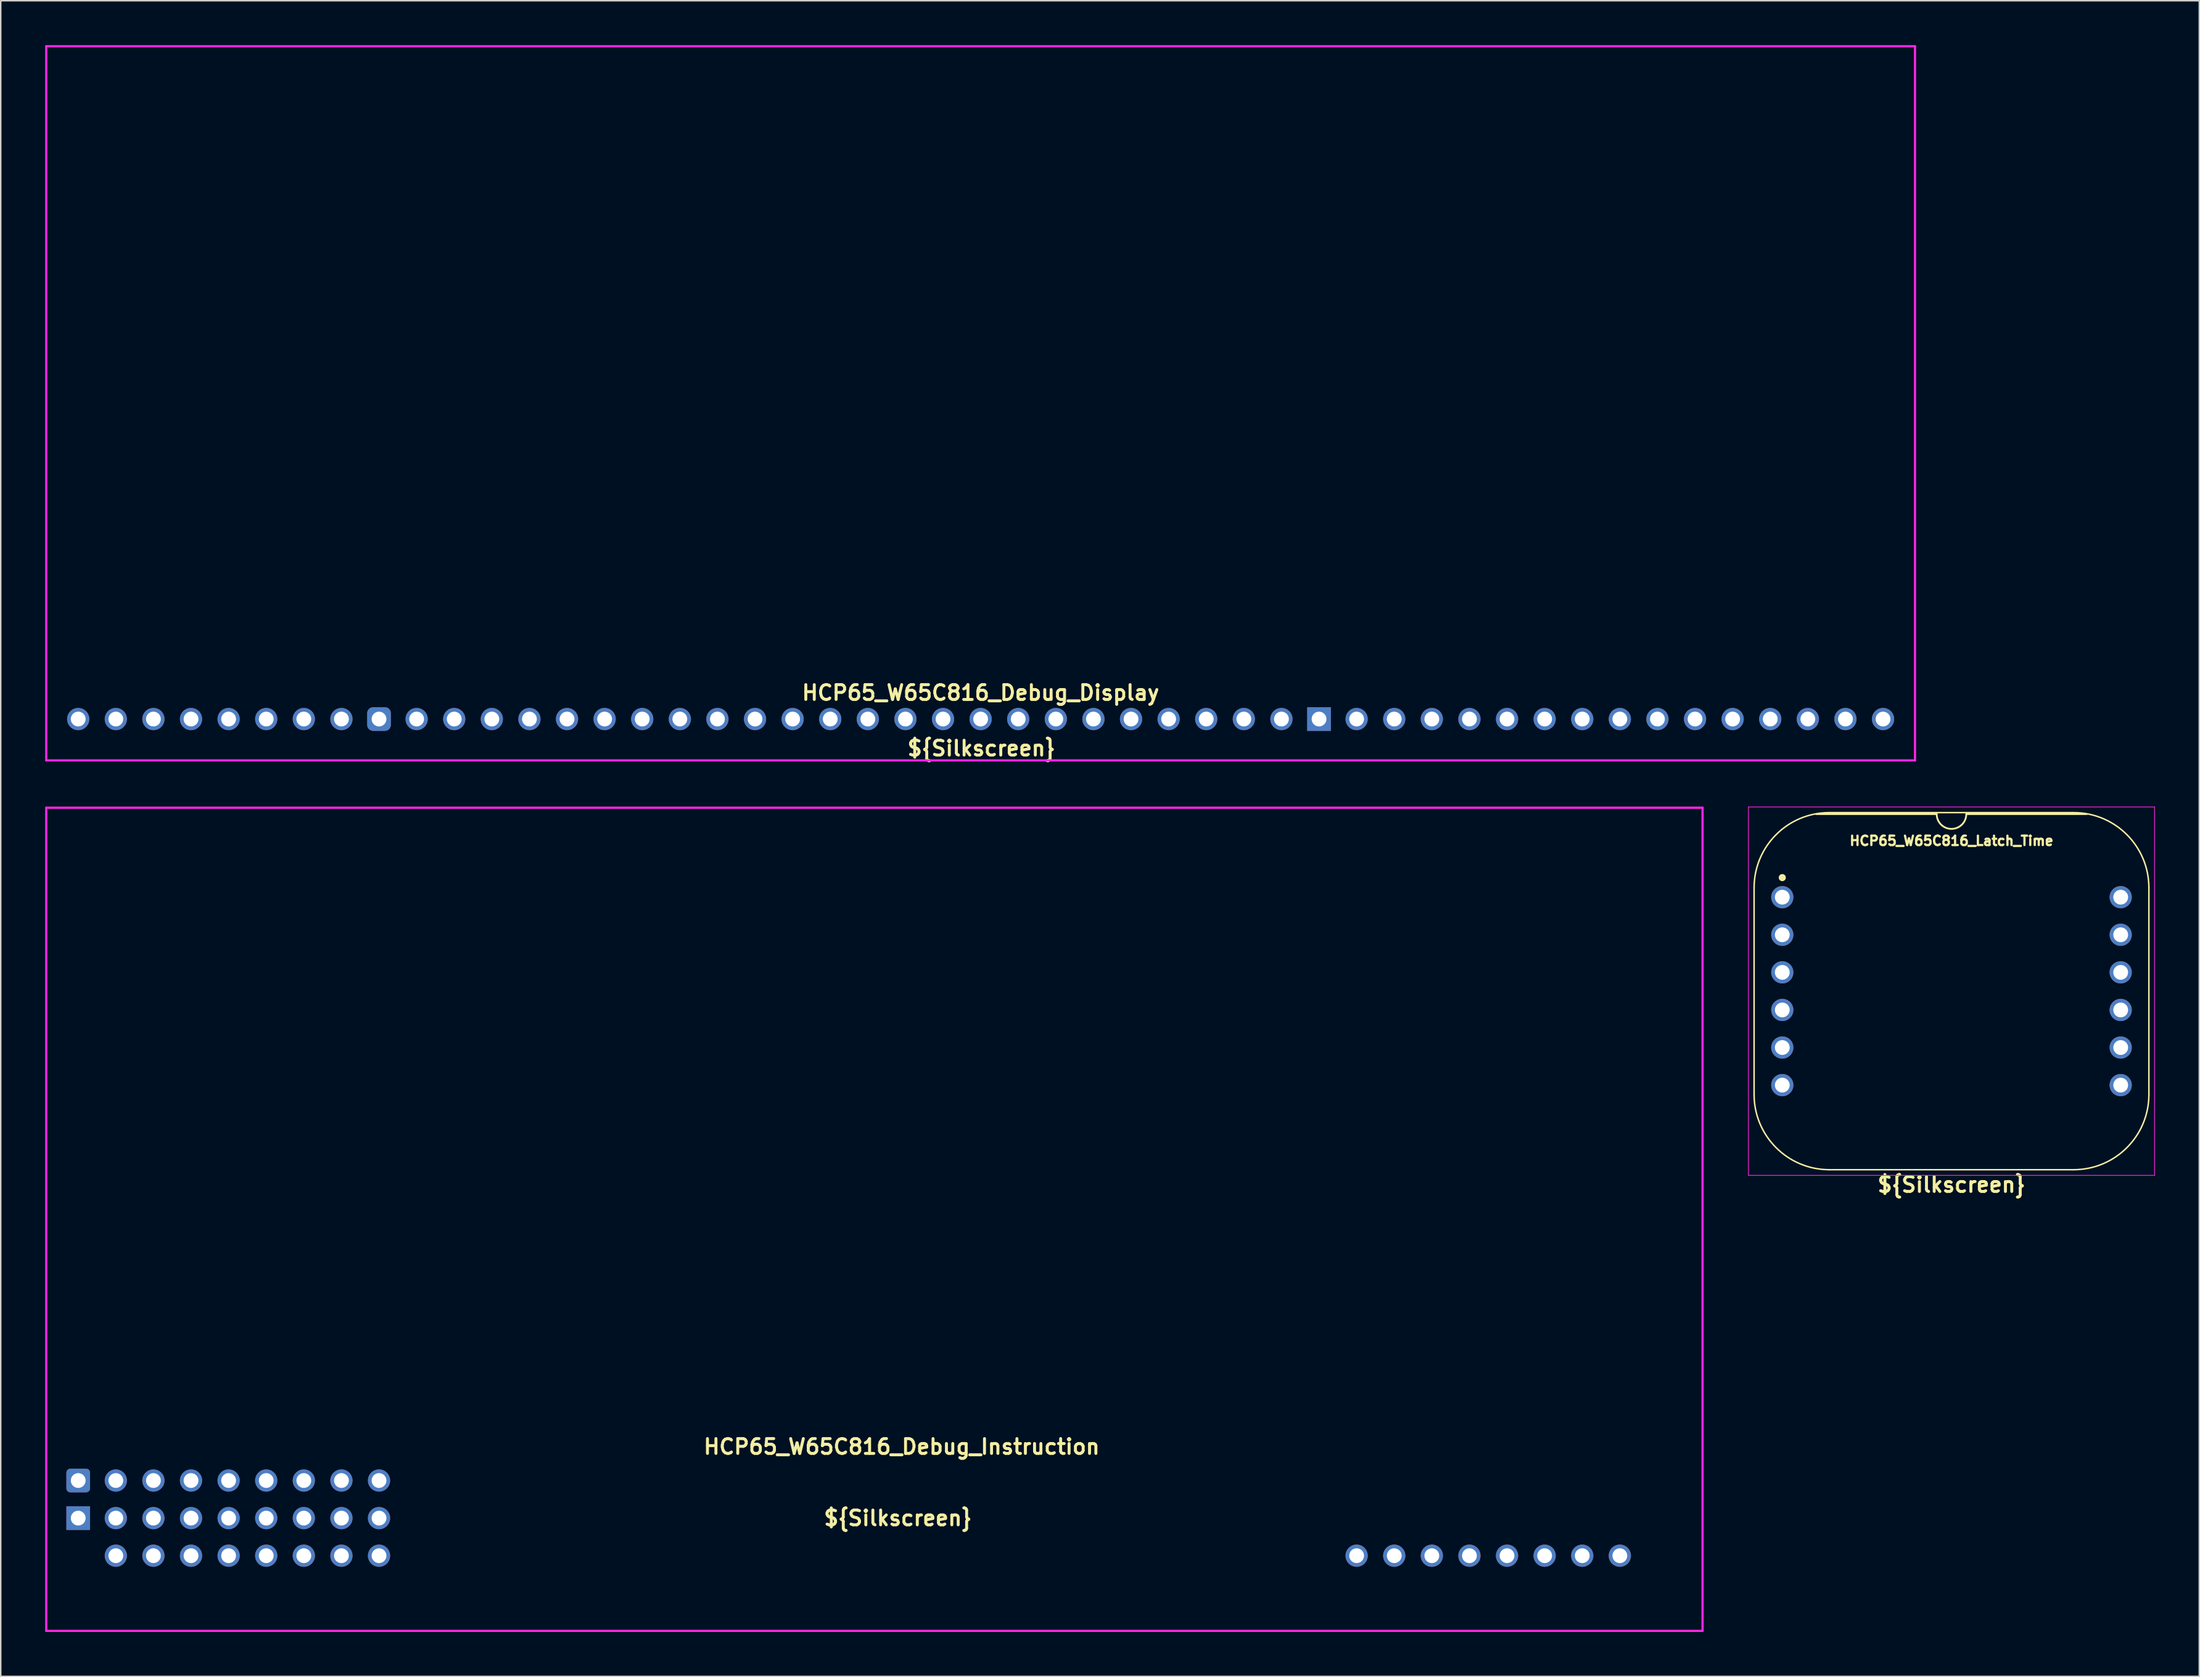
<source format=kicad_pcb>
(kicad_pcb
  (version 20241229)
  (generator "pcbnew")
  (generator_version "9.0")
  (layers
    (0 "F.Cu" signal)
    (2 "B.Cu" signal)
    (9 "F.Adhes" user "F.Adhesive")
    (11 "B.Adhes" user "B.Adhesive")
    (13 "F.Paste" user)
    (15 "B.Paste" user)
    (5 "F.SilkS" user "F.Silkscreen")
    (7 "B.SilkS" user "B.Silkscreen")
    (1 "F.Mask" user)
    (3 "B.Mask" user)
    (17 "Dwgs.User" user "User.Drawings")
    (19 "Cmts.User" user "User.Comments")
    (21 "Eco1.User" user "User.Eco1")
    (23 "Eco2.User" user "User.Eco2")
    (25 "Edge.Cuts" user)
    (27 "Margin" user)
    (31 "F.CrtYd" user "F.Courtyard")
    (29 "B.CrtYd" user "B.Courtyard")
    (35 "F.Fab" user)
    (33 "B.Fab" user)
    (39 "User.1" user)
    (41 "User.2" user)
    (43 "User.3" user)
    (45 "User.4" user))
  (footprint "HCP65_W65C816_Debug_Instruction"
    (layer "F.Cu")
    (at 2.234 102.079)
    (property "Reference" "HCP65_W65C816_Debug_Instruction" (at 55.626 -7.366 0) (unlocked yes) (layer "F.SilkS") (effects (font (size 1 1) (thickness 0.2))))
    (property "Silkscreen" "${Silkscreen}" (at 55.372 -2.54 0) (layer "F.SilkS") (effects (font (size 1 1) (thickness 0.2))))
    (attr through_hole)
    (fp_line (start -2.159 -50.546) (end -2.159 5.08) (stroke (width 0.15) (type default)) (layer "F.CrtYd"))
    (fp_line (start -2.159 5.08) (end 109.728 5.08) (stroke (width 0.15) (type default)) (layer "F.CrtYd"))
    (fp_line (start 109.728 -50.546) (end -2.159 -50.546) (stroke (width 0.15) (type default)) (layer "F.CrtYd"))
    (fp_line (start 109.728 5.08) (end 109.728 -50.546) (stroke (width 0.15) (type default)) (layer "F.CrtYd"))
    (pad "1" thru_hole roundrect (at 0 -5.08) (size 1.6 1.6) (drill 1) (layers "*.Cu" "*.Mask") (roundrect_rratio 0.164))
    (pad "2" thru_hole circle (at 2.54 -5.08 90) (size 1.5 1.5) (drill 1) (layers "*.Cu" "*.Mask"))
    (pad "3" thru_hole circle (at 5.08 -5.08 90) (size 1.5 1.5) (drill 1) (layers "*.Cu" "*.Mask"))
    (pad "4" thru_hole circle (at 7.62 -5.08 90) (size 1.5 1.5) (drill 1) (layers "*.Cu" "*.Mask"))
    (pad "5" thru_hole circle (at 10.16 -5.08 90) (size 1.5 1.5) (drill 1) (layers "*.Cu" "*.Mask"))
    (pad "6" thru_hole circle (at 12.7 -5.08 90) (size 1.5 1.5) (drill 1) (layers "*.Cu" "*.Mask"))
    (pad "7" thru_hole circle (at 15.24 -5.08 90) (size 1.5 1.5) (drill 1) (layers "*.Cu" "*.Mask"))
    (pad "8" thru_hole circle (at 17.78 -5.08 90) (size 1.5 1.5) (drill 1) (layers "*.Cu" "*.Mask"))
    (pad "9" thru_hole circle (at 20.32 -5.08 90) (size 1.5 1.5) (drill 1) (layers "*.Cu" "*.Mask"))
    (pad "10" thru_hole rect (at 0 -2.54 90) (size 1.6 1.6) (drill 1) (layers "*.Cu" "*.Mask"))
    (pad "11" thru_hole circle (at 2.54 -2.54 90) (size 1.5 1.5) (drill 1) (layers "*.Cu" "*.Mask"))
    (pad "12" thru_hole circle (at 5.08 -2.54 90) (size 1.5 1.5) (drill 1) (layers "*.Cu" "*.Mask"))
    (pad "13" thru_hole circle (at 7.62 -2.54 90) (size 1.5 1.5) (drill 1) (layers "*.Cu" "*.Mask"))
    (pad "14" thru_hole circle (at 10.16 -2.54 90) (size 1.5 1.5) (drill 1) (layers "*.Cu" "*.Mask"))
    (pad "15" thru_hole circle (at 12.7 -2.54 90) (size 1.5 1.5) (drill 1) (layers "*.Cu" "*.Mask"))
    (pad "16" thru_hole circle (at 15.24 -2.54 90) (size 1.5 1.5) (drill 1) (layers "*.Cu" "*.Mask"))
    (pad "17" thru_hole circle (at 17.78 -2.54 90) (size 1.5 1.5) (drill 1) (layers "*.Cu" "*.Mask"))
    (pad "18" thru_hole circle (at 20.32 -2.54 90) (size 1.5 1.5) (drill 1) (layers "*.Cu" "*.Mask"))
    (pad "19" thru_hole circle (at 2.54 0 90) (size 1.5 1.5) (drill 1) (layers "*.Cu" "*.Mask"))
    (pad "20" thru_hole circle (at 5.08 0 90) (size 1.5 1.5) (drill 1) (layers "*.Cu" "*.Mask"))
    (pad "21" thru_hole circle (at 7.62 0 90) (size 1.5 1.5) (drill 1) (layers "*.Cu" "*.Mask"))
    (pad "22" thru_hole circle (at 10.16 0 90) (size 1.5 1.5) (drill 1) (layers "*.Cu" "*.Mask"))
    (pad "23" thru_hole circle (at 12.7 0 90) (size 1.5 1.5) (drill 1) (layers "*.Cu" "*.Mask"))
    (pad "24" thru_hole circle (at 15.24 0 90) (size 1.5 1.5) (drill 1) (layers "*.Cu" "*.Mask"))
    (pad "25" thru_hole circle (at 17.78 0 90) (size 1.5 1.5) (drill 1) (layers "*.Cu" "*.Mask"))
    (pad "26" thru_hole circle (at 20.32 0 90) (size 1.5 1.5) (drill 1) (layers "*.Cu" "*.Mask"))
    (pad "27" thru_hole circle (at 86.36 0 90) (size 1.5 1.5) (drill 1) (layers "*.Cu" "*.Mask"))
    (pad "28" thru_hole circle (at 88.9 0 90) (size 1.5 1.5) (drill 1) (layers "*.Cu" "*.Mask"))
    (pad "29" thru_hole circle (at 91.44 0 90) (size 1.5 1.5) (drill 1) (layers "*.Cu" "*.Mask"))
    (pad "30" thru_hole circle (at 93.98 0 90) (size 1.5 1.5) (drill 1) (layers "*.Cu" "*.Mask"))
    (pad "31" thru_hole circle (at 96.52 0 90) (size 1.5 1.5) (drill 1) (layers "*.Cu" "*.Mask"))
    (pad "32" thru_hole circle (at 99.06 0 90) (size 1.5 1.5) (drill 1) (layers "*.Cu" "*.Mask"))
    (pad "33" thru_hole circle (at 101.6 0 90) (size 1.5 1.5) (drill 1) (layers "*.Cu" "*.Mask"))
    (pad "34" thru_hole circle (at 104.14 0 90) (size 1.5 1.5) (drill 1) (layers "*.Cu" "*.Mask")))
  (footprint "HCP65_W65C816_Debug_Display"
    (layer "F.Cu")
    (at 2.234 45.541)
    (property "Reference" "HCP65_W65C816_Debug_Display" (at 60.96 -1.778 0) (unlocked yes) (layer "F.SilkS") (effects (font (size 1 1) (thickness 0.2))))
    (property "Silkscreen" "${Silkscreen}" (at 61.011 1.981 0) (layer "F.SilkS") (effects (font (size 1 1) (thickness 0.2))))
    (attr through_hole)
    (fp_line (start -2.159 -45.466) (end -2.159 2.794) (stroke (width 0.15) (type default)) (layer "F.CrtYd"))
    (fp_line (start -2.159 2.794) (end 124.079 2.794) (stroke (width 0.15) (type default)) (layer "F.CrtYd"))
    (fp_line (start 124.079 -45.466) (end -2.159 -45.466) (stroke (width 0.15) (type default)) (layer "F.CrtYd"))
    (fp_line (start 124.079 2.794) (end 124.079 -45.466) (stroke (width 0.15) (type default)) (layer "F.CrtYd"))
    (pad "1" thru_hole circle (at 0 0) (size 1.5 1.5) (drill 1) (layers "*.Cu" "*.Mask"))
    (pad "2" thru_hole circle (at 2.54 0) (size 1.5 1.5) (drill 1) (layers "*.Cu" "*.Mask"))
    (pad "3" thru_hole circle (at 5.08 0) (size 1.5 1.5) (drill 1) (layers "*.Cu" "*.Mask"))
    (pad "4" thru_hole circle (at 7.62 0) (size 1.5 1.5) (drill 1) (layers "*.Cu" "*.Mask"))
    (pad "5" thru_hole circle (at 10.16 0) (size 1.5 1.5) (drill 1) (layers "*.Cu" "*.Mask"))
    (pad "6" thru_hole circle (at 12.7 0) (size 1.5 1.5) (drill 1) (layers "*.Cu" "*.Mask"))
    (pad "7" thru_hole circle (at 15.24 0) (size 1.5 1.5) (drill 1) (layers "*.Cu" "*.Mask"))
    (pad "8" thru_hole circle (at 17.78 0) (size 1.5 1.5) (drill 1) (layers "*.Cu" "*.Mask"))
    (pad "9" thru_hole roundrect (at 20.32 0) (size 1.6 1.6) (drill 1) (layers "*.Cu" "*.Mask") (roundrect_rratio 0.25))
    (pad "10" thru_hole circle (at 22.86 0) (size 1.5 1.5) (drill 1) (layers "*.Cu" "*.Mask"))
    (pad "11" thru_hole circle (at 25.4 0) (size 1.5 1.5) (drill 1) (layers "*.Cu" "*.Mask"))
    (pad "12" thru_hole circle (at 27.94 0) (size 1.5 1.5) (drill 1) (layers "*.Cu" "*.Mask"))
    (pad "13" thru_hole circle (at 30.48 0) (size 1.5 1.5) (drill 1) (layers "*.Cu" "*.Mask"))
    (pad "14" thru_hole circle (at 33.02 0) (size 1.5 1.5) (drill 1) (layers "*.Cu" "*.Mask"))
    (pad "15" thru_hole circle (at 35.56 0) (size 1.5 1.5) (drill 1) (layers "*.Cu" "*.Mask"))
    (pad "16" thru_hole circle (at 38.1 0) (size 1.5 1.5) (drill 1) (layers "*.Cu" "*.Mask"))
    (pad "17" thru_hole circle (at 40.64 0) (size 1.5 1.5) (drill 1) (layers "*.Cu" "*.Mask"))
    (pad "18" thru_hole circle (at 43.18 0) (size 1.5 1.5) (drill 1) (layers "*.Cu" "*.Mask"))
    (pad "19" thru_hole circle (at 45.72 0) (size 1.5 1.5) (drill 1) (layers "*.Cu" "*.Mask"))
    (pad "20" thru_hole circle (at 48.26 0) (size 1.5 1.5) (drill 1) (layers "*.Cu" "*.Mask"))
    (pad "21" thru_hole circle (at 50.8 0) (size 1.5 1.5) (drill 1) (layers "*.Cu" "*.Mask"))
    (pad "22" thru_hole circle (at 53.34 0) (size 1.5 1.5) (drill 1) (layers "*.Cu" "*.Mask"))
    (pad "23" thru_hole circle (at 55.88 0) (size 1.5 1.5) (drill 1) (layers "*.Cu" "*.Mask"))
    (pad "24" thru_hole circle (at 58.42 0) (size 1.5 1.5) (drill 1) (layers "*.Cu" "*.Mask"))
    (pad "25" thru_hole circle (at 60.96 0) (size 1.5 1.5) (drill 1) (layers "*.Cu" "*.Mask"))
    (pad "26" thru_hole circle (at 63.5 0) (size 1.5 1.5) (drill 1) (layers "*.Cu" "*.Mask"))
    (pad "27" thru_hole circle (at 66.04 0) (size 1.5 1.5) (drill 1) (layers "*.Cu" "*.Mask"))
    (pad "28" thru_hole circle (at 68.58 0) (size 1.5 1.5) (drill 1) (layers "*.Cu" "*.Mask"))
    (pad "29" thru_hole circle (at 71.12 0) (size 1.5 1.5) (drill 1) (layers "*.Cu" "*.Mask"))
    (pad "30" thru_hole circle (at 73.66 0) (size 1.5 1.5) (drill 1) (layers "*.Cu" "*.Mask"))
    (pad "31" thru_hole circle (at 76.2 0) (size 1.5 1.5) (drill 1) (layers "*.Cu" "*.Mask"))
    (pad "32" thru_hole circle (at 78.74 0) (size 1.5 1.5) (drill 1) (layers "*.Cu" "*.Mask"))
    (pad "33" thru_hole circle (at 81.28 0) (size 1.5 1.5) (drill 1) (layers "*.Cu" "*.Mask"))
    (pad "34" thru_hole rect (at 83.82 0) (size 1.6 1.6) (drill 1) (layers "*.Cu" "*.Mask"))
    (pad "35" thru_hole circle (at 86.36 0) (size 1.5 1.5) (drill 1) (layers "*.Cu" "*.Mask"))
    (pad "36" thru_hole circle (at 88.9 0) (size 1.5 1.5) (drill 1) (layers "*.Cu" "*.Mask"))
    (pad "37" thru_hole circle (at 91.44 0) (size 1.5 1.5) (drill 1) (layers "*.Cu" "*.Mask"))
    (pad "38" thru_hole circle (at 93.98 0) (size 1.5 1.5) (drill 1) (layers "*.Cu" "*.Mask"))
    (pad "39" thru_hole circle (at 96.52 0) (size 1.5 1.5) (drill 1) (layers "*.Cu" "*.Mask"))
    (pad "40" thru_hole circle (at 99.06 0) (size 1.5 1.5) (drill 1) (layers "*.Cu" "*.Mask"))
    (pad "41" thru_hole circle (at 101.6 0) (size 1.5 1.5) (drill 1) (layers "*.Cu" "*.Mask"))
    (pad "42" thru_hole circle (at 104.14 0) (size 1.5 1.5) (drill 1) (layers "*.Cu" "*.Mask"))
    (pad "43" thru_hole circle (at 106.68 0) (size 1.5 1.5) (drill 1) (layers "*.Cu" "*.Mask"))
    (pad "44" thru_hole circle (at 109.22 0) (size 1.5 1.5) (drill 1) (layers "*.Cu" "*.Mask"))
    (pad "45" thru_hole circle (at 111.76 0) (size 1.5 1.5) (drill 1) (layers "*.Cu" "*.Mask"))
    (pad "46" thru_hole circle (at 114.3 0) (size 1.5 1.5) (drill 1) (layers "*.Cu" "*.Mask"))
    (pad "47" thru_hole circle (at 116.84 0) (size 1.5 1.5) (drill 1) (layers "*.Cu" "*.Mask"))
    (pad "48" thru_hole circle (at 119.38 0) (size 1.5 1.5) (drill 1) (layers "*.Cu" "*.Mask"))
    (pad "49" thru_hole circle (at 121.92 0) (size 1.5 1.5) (drill 1) (layers "*.Cu" "*.Mask")))
  (footprint "HCP65_W65C816_Latch_Time"
    (layer "F.Cu")
    (at 117.348 57.579)
    (property "Reference" "HCP65_W65C816_Latch_Time" (at 11.43 -3.81 0) (layer "F.SilkS") (effects (font (size 0.635 0.635) (thickness 0.15))))
    (property "Silkscreen" "${Silkscreen}" (at 11.43 19.431 0) (layer "F.SilkS") (effects (font (size 1 1) (thickness 0.2))))
    (attr through_hole)
    (fp_line (start -1.905 -0.635) (end -1.905 13.335) (stroke (width 0.1) (type solid)) (layer "F.SilkS"))
    (fp_line (start 10.43 -5.616) (end 2.286 -5.616) (stroke (width 0.12) (type solid)) (layer "F.SilkS"))
    (fp_line (start 19.685 -5.715) (end 3.175 -5.715) (stroke (width 0.1) (type solid)) (layer "F.SilkS"))
    (fp_line (start 19.685 18.415) (end 3.175 18.415) (stroke (width 0.1) (type solid)) (layer "F.SilkS"))
    (fp_line (start 20.574 -5.616) (end 12.43 -5.616) (stroke (width 0.12) (type solid)) (layer "F.SilkS"))
    (fp_line (start 24.765 13.335) (end 24.765 -0.635) (stroke (width 0.1) (type solid)) (layer "F.SilkS"))
    (fp_arc (start -1.905 -0.635) (mid -0.417102 -4.227102) (end 3.175 -5.715) (stroke (width 0.1) (type solid)) (layer "F.SilkS"))
    (fp_arc (start 3.175 18.415) (mid -0.417102 16.927102) (end -1.905 13.335) (stroke (width 0.1) (type solid)) (layer "F.SilkS"))
    (fp_arc (start 12.43 -5.616) (mid 11.43 -4.616) (end 10.43 -5.616) (stroke (width 0.12) (type solid)) (layer "F.SilkS"))
    (fp_arc (start 19.685 -5.715) (mid 23.277102 -4.227102) (end 24.765 -0.635) (stroke (width 0.1) (type solid)) (layer "F.SilkS"))
    (fp_arc (start 24.765 13.335) (mid 23.277102 16.927102) (end 19.685 18.415) (stroke (width 0.1) (type solid)) (layer "F.SilkS"))
    (fp_circle (center 0 -1.323) (end 0.18 -1.323) (stroke (width 0.12) (type solid)) (fill yes) (layer "F.SilkS"))
    (fp_line (start -2.286 -6.096) (end -2.286 18.796) (stroke (width 0.05) (type solid)) (layer "F.CrtYd"))
    (fp_line (start -2.286 -6.096) (end 25.146 -6.096) (stroke (width 0.05) (type solid)) (layer "F.CrtYd"))
    (fp_line (start -2.286 18.796) (end 25.146 18.796) (stroke (width 0.05) (type solid)) (layer "F.CrtYd"))
    (fp_line (start 25.146 18.796) (end 25.146 -6.096) (stroke (width 0.05) (type solid)) (layer "F.CrtYd"))
    (pad "1" thru_hole circle (at 0 0) (size 1.5 1.5) (drill 1) (layers "*.Cu" "*.Mask"))
    (pad "2" thru_hole circle (at 0 2.54) (size 1.5 1.5) (drill 1) (layers "*.Cu" "*.Mask"))
    (pad "3" thru_hole circle (at 0 5.08) (size 1.5 1.5) (drill 1) (layers "*.Cu" "*.Mask"))
    (pad "4" thru_hole circle (at 0 7.62) (size 1.5 1.5) (drill 1) (layers "*.Cu" "*.Mask"))
    (pad "5" thru_hole circle (at 0 10.16) (size 1.5 1.5) (drill 1) (layers "*.Cu" "*.Mask"))
    (pad "6" thru_hole circle (at 0 12.7) (size 1.5 1.5) (drill 1) (layers "*.Cu" "*.Mask"))
    (pad "7" thru_hole circle (at 22.86 12.7) (size 1.5 1.5) (drill 1) (layers "*.Cu" "*.Mask"))
    (pad "8" thru_hole circle (at 22.86 10.16) (size 1.5 1.5) (drill 1) (layers "*.Cu" "*.Mask"))
    (pad "9" thru_hole circle (at 22.86 7.62) (size 1.5 1.5) (drill 1) (layers "*.Cu" "*.Mask"))
    (pad "10" thru_hole circle (at 22.86 5.08) (size 1.5 1.5) (drill 1) (layers "*.Cu" "*.Mask"))
    (pad "11" thru_hole circle (at 22.86 2.54) (size 1.5 1.5) (drill 1) (layers "*.Cu" "*.Mask"))
    (pad "12" thru_hole circle (at 22.86 0) (size 1.5 1.5) (drill 1) (layers "*.Cu" "*.Mask")))
  (gr_rect
    (start -3 -3)
    (end 145.519 110.234)
    (stroke (width 0.1) (type default))
    (fill no)
    (layer "Edge.Cuts")))
</source>
